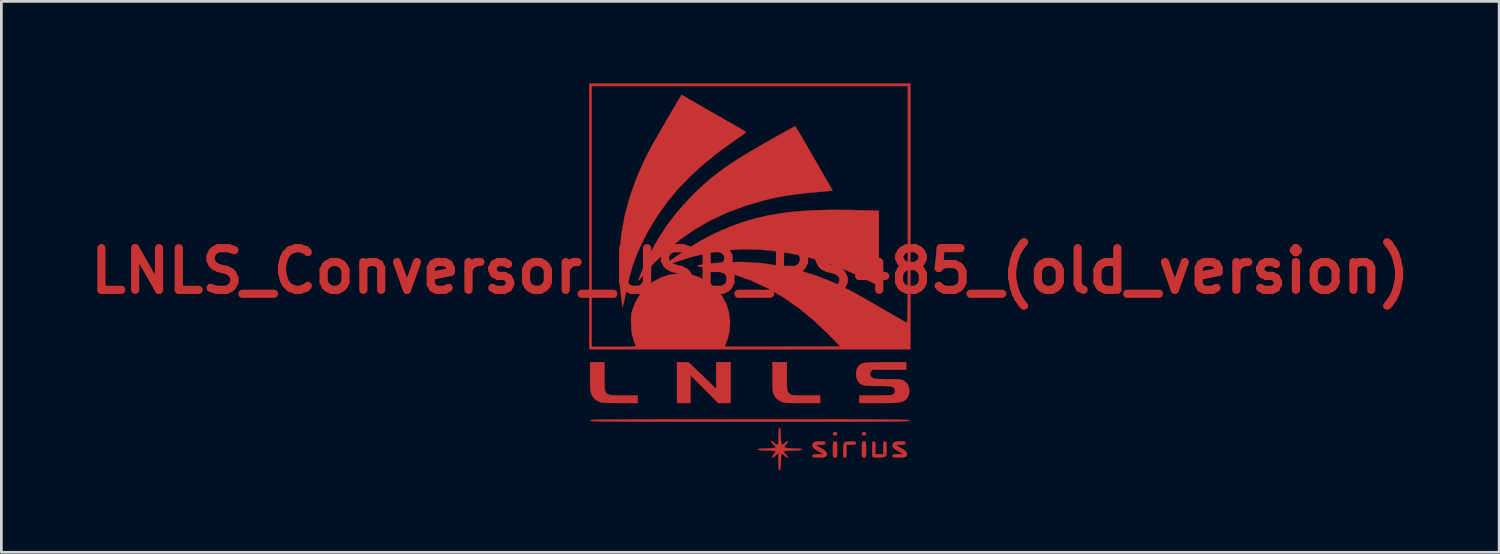
<source format=kicad_pcb>
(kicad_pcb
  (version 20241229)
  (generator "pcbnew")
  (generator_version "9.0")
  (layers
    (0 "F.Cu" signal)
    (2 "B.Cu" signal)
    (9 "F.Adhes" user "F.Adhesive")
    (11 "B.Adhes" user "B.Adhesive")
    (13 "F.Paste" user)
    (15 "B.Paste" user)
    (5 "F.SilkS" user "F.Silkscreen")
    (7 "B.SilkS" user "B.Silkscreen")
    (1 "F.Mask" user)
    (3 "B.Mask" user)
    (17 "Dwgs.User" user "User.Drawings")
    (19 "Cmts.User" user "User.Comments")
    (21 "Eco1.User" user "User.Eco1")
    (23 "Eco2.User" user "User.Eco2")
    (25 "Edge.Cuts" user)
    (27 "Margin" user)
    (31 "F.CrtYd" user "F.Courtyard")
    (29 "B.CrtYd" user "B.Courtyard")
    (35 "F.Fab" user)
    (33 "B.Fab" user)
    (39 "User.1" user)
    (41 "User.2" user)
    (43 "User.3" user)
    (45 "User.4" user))
  (footprint "LNLS_Conversor_USB_RS485_(old_version)"
    (layer "F.Cu")
    (at 24.391 6.861)
    (property "Reference" "LNLS_Conversor_USB_RS485_(old_version)" (at 0 0 0) (layer "F.Cu") (effects (font (size 1.524 1.524) (thickness 0.3))))
    (attr through_hole)
    (fp_poly (pts (xy 3.162 5.905) (xy 3.179 5.953) (xy 3.161 6.002) (xy 3.101 6.015) (xy 3.04 6) (xy 3.023 5.953) (xy 3.041 5.904) (xy 3.101 5.89) (xy 3.162 5.905)) (stroke (width 0.01) (type solid)) (fill yes) (layer "F.Cu"))
    (fp_poly (pts (xy 4.222 5.905) (xy 4.239 5.953) (xy 4.22 6.002) (xy 4.161 6.015) (xy 4.1 6) (xy 4.083 5.953) (xy 4.101 5.904) (xy 4.161 5.89) (xy 4.222 5.905)) (stroke (width 0.01) (type solid)) (fill yes) (layer "F.Cu"))
    (fp_poly (pts (xy -0.717 4.831) (xy -1.168 4.831) (xy -1.675 4.325) (xy -2.182 3.818) (xy -2.182 4.831) (xy -2.68 4.831) (xy -2.68 3.335) (xy -2.26 3.336) (xy -1.753 3.821) (xy -1.247 4.307) (xy -1.247 3.335) (xy -0.717 3.335) (xy -0.717 4.831)) (stroke (width 0.01) (type solid)) (fill yes) (layer "F.Cu"))
    (fp_poly (pts (xy 3.137 6.235) (xy 3.16 6.249) (xy 3.172 6.287) (xy 3.178 6.359) (xy 3.179 6.479) (xy 3.179 6.529) (xy 3.178 6.666) (xy 3.175 6.753) (xy 3.165 6.8) (xy 3.146 6.821) (xy 3.114 6.825) (xy 3.101 6.825) (xy 3.065 6.823) (xy 3.042 6.809) (xy 3.03 6.772) (xy 3.024 6.699) (xy 3.023 6.579) (xy 3.023 6.529) (xy 3.024 6.392) (xy 3.027 6.306) (xy 3.037 6.258) (xy 3.056 6.238) (xy 3.088 6.233) (xy 3.101 6.233) (xy 3.137 6.235)) (stroke (width 0.01) (type solid)) (fill yes) (layer "F.Cu"))
    (fp_poly (pts (xy 4.197 6.235) (xy 4.219 6.249) (xy 4.232 6.287) (xy 4.237 6.359) (xy 4.239 6.479) (xy 4.239 6.529) (xy 4.238 6.666) (xy 4.234 6.753) (xy 4.224 6.8) (xy 4.205 6.821) (xy 4.174 6.825) (xy 4.161 6.825) (xy 4.125 6.823) (xy 4.102 6.809) (xy 4.089 6.772) (xy 4.084 6.699) (xy 4.083 6.579) (xy 4.083 6.529) (xy 4.083 6.392) (xy 4.087 6.306) (xy 4.097 6.258) (xy 4.116 6.238) (xy 4.147 6.233) (xy 4.161 6.233) (xy 4.197 6.235)) (stroke (width 0.01) (type solid)) (fill yes) (layer "F.Cu"))
    (fp_poly (pts (xy 3.776 6.235) (xy 3.835 6.244) (xy 3.86 6.265) (xy 3.865 6.295) (xy 3.857 6.331) (xy 3.825 6.35) (xy 3.753 6.357) (xy 3.693 6.358) (xy 3.522 6.358) (xy 3.522 6.592) (xy 3.52 6.711) (xy 3.514 6.781) (xy 3.498 6.815) (xy 3.471 6.825) (xy 3.459 6.825) (xy 3.429 6.82) (xy 3.41 6.797) (xy 3.401 6.743) (xy 3.397 6.646) (xy 3.397 6.567) (xy 3.402 6.422) (xy 3.415 6.32) (xy 3.434 6.271) (xy 3.485 6.25) (xy 3.578 6.237) (xy 3.668 6.233) (xy 3.776 6.235)) (stroke (width 0.01) (type solid)) (fill yes) (layer "F.Cu"))
    (fp_poly (pts (xy -5.329 3.866) (xy -5.33 4.089) (xy -5.325 4.258) (xy -5.308 4.379) (xy -5.272 4.462) (xy -5.207 4.512) (xy -5.108 4.539) (xy -4.966 4.549) (xy -4.773 4.55) (xy -4.645 4.55) (xy -4.114 4.55) (xy -4.114 4.831) (xy -4.777 4.831) (xy -4.999 4.83) (xy -5.168 4.829) (xy -5.293 4.825) (xy -5.385 4.818) (xy -5.453 4.808) (xy -5.507 4.793) (xy -5.556 4.772) (xy -5.58 4.761) (xy -5.699 4.679) (xy -5.782 4.565) (xy -5.789 4.551) (xy -5.815 4.496) (xy -5.833 4.44) (xy -5.846 4.372) (xy -5.854 4.282) (xy -5.858 4.157) (xy -5.859 3.987) (xy -5.859 3.874) (xy -5.859 3.335) (xy -5.329 3.335) (xy -5.329 3.866)) (stroke (width 0.01) (type solid)) (fill yes) (layer "F.Cu"))
    (fp_poly (pts (xy 4.955 6.238) (xy 4.973 6.261) (xy 4.983 6.315) (xy 4.986 6.412) (xy 4.987 6.492) (xy 4.982 6.636) (xy 4.969 6.739) (xy 4.949 6.788) (xy 4.902 6.806) (xy 4.814 6.818) (xy 4.707 6.825) (xy 4.601 6.825) (xy 4.517 6.818) (xy 4.477 6.804) (xy 4.468 6.766) (xy 4.461 6.68) (xy 4.457 6.564) (xy 4.457 6.508) (xy 4.458 6.377) (xy 4.463 6.295) (xy 4.475 6.252) (xy 4.496 6.235) (xy 4.519 6.233) (xy 4.551 6.239) (xy 4.57 6.264) (xy 4.579 6.322) (xy 4.581 6.425) (xy 4.581 6.467) (xy 4.581 6.701) (xy 4.862 6.701) (xy 4.862 6.467) (xy 4.863 6.347) (xy 4.87 6.277) (xy 4.885 6.244) (xy 4.913 6.233) (xy 4.924 6.233) (xy 4.955 6.238)) (stroke (width 0.01) (type solid)) (fill yes) (layer "F.Cu"))
    (fp_poly (pts (xy 2.654 6.235) (xy 2.713 6.244) (xy 2.738 6.265) (xy 2.743 6.295) (xy 2.735 6.331) (xy 2.704 6.35) (xy 2.635 6.357) (xy 2.563 6.358) (xy 2.384 6.358) (xy 2.595 6.484) (xy 2.709 6.558) (xy 2.775 6.614) (xy 2.803 6.662) (xy 2.805 6.681) (xy 2.793 6.749) (xy 2.752 6.793) (xy 2.671 6.817) (xy 2.54 6.825) (xy 2.503 6.825) (xy 2.385 6.824) (xy 2.317 6.817) (xy 2.284 6.801) (xy 2.275 6.772) (xy 2.275 6.763) (xy 2.282 6.729) (xy 2.311 6.71) (xy 2.376 6.702) (xy 2.47 6.7) (xy 2.665 6.7) (xy 2.47 6.584) (xy 2.364 6.518) (xy 2.304 6.467) (xy 2.279 6.42) (xy 2.275 6.388) (xy 2.287 6.311) (xy 2.331 6.264) (xy 2.417 6.24) (xy 2.546 6.233) (xy 2.654 6.235)) (stroke (width 0.01) (type solid)) (fill yes) (layer "F.Cu"))
    (fp_poly (pts (xy 5.583 6.235) (xy 5.643 6.244) (xy 5.668 6.265) (xy 5.672 6.295) (xy 5.665 6.331) (xy 5.634 6.35) (xy 5.564 6.357) (xy 5.493 6.358) (xy 5.314 6.358) (xy 5.524 6.484) (xy 5.638 6.558) (xy 5.705 6.614) (xy 5.732 6.662) (xy 5.734 6.681) (xy 5.723 6.749) (xy 5.681 6.793) (xy 5.6 6.817) (xy 5.469 6.825) (xy 5.432 6.825) (xy 5.315 6.824) (xy 5.246 6.817) (xy 5.214 6.801) (xy 5.205 6.772) (xy 5.205 6.763) (xy 5.211 6.729) (xy 5.24 6.71) (xy 5.306 6.702) (xy 5.399 6.7) (xy 5.594 6.7) (xy 5.399 6.584) (xy 5.294 6.518) (xy 5.234 6.467) (xy 5.208 6.42) (xy 5.205 6.388) (xy 5.217 6.311) (xy 5.261 6.264) (xy 5.346 6.24) (xy 5.476 6.233) (xy 5.583 6.235)) (stroke (width 0.01) (type solid)) (fill yes) (layer "F.Cu"))
    (fp_poly (pts (xy 1.34 3.866) (xy 1.34 4.06) (xy 1.342 4.201) (xy 1.346 4.3) (xy 1.355 4.367) (xy 1.368 4.411) (xy 1.388 4.443) (xy 1.416 4.473) (xy 1.417 4.474) (xy 1.446 4.502) (xy 1.478 4.522) (xy 1.522 4.535) (xy 1.588 4.544) (xy 1.687 4.548) (xy 1.827 4.55) (xy 2.019 4.55) (xy 2.556 4.55) (xy 2.556 4.831) (xy 1.892 4.831) (xy 1.671 4.83) (xy 1.502 4.829) (xy 1.376 4.825) (xy 1.284 4.818) (xy 1.216 4.808) (xy 1.162 4.793) (xy 1.114 4.772) (xy 1.09 4.761) (xy 0.971 4.679) (xy 0.887 4.565) (xy 0.88 4.551) (xy 0.855 4.496) (xy 0.836 4.44) (xy 0.824 4.372) (xy 0.816 4.282) (xy 0.812 4.157) (xy 0.81 3.987) (xy 0.81 3.874) (xy 0.81 3.335) (xy 1.34 3.335) (xy 1.34 3.866)) (stroke (width 0.01) (type solid)) (fill yes) (layer "F.Cu"))
    (fp_poly (pts (xy 3.593 -2.232) (xy 3.759 -2.229) (xy 4.706 -2.206) (xy 4.706 -0.838) (xy 4.705 -0.553) (xy 4.704 -0.288) (xy 4.702 -0.05) (xy 4.699 0.156) (xy 4.695 0.322) (xy 4.691 0.443) (xy 4.686 0.513) (xy 4.683 0.527) (xy 4.647 0.513) (xy 4.568 0.476) (xy 4.456 0.421) (xy 4.324 0.356) (xy 4.316 0.352) (xy 3.639 0.033) (xy 2.979 -0.23) (xy 2.328 -0.441) (xy 1.679 -0.602) (xy 1.025 -0.714) (xy 0.364 -0.78) (xy -0.273 -0.795) (xy -0.898 -0.757) (xy -1.519 -0.664) (xy -2.145 -0.514) (xy -2.729 -0.327) (xy -2.859 -0.283) (xy -2.968 -0.249) (xy -3.043 -0.23) (xy -3.068 -0.228) (xy -3.065 -0.251) (xy -3.015 -0.301) (xy -2.926 -0.374) (xy -2.804 -0.465) (xy -2.656 -0.569) (xy -2.489 -0.682) (xy -2.311 -0.799) (xy -2.128 -0.916) (xy -1.946 -1.026) (xy -1.774 -1.127) (xy -1.617 -1.213) (xy -1.616 -1.214) (xy -1.167 -1.436) (xy -0.72 -1.628) (xy -0.268 -1.791) (xy 0.196 -1.926) (xy 0.678 -2.036) (xy 1.185 -2.12) (xy 1.723 -2.181) (xy 2.299 -2.219) (xy 2.92 -2.235) (xy 3.593 -2.232)) (stroke (width 0.01) (type solid)) (fill yes) (layer "F.Cu"))
    (fp_poly (pts (xy -2.416 -6.391) (xy -2.359 -6.357) (xy -2.256 -6.297) (xy -2.115 -6.216) (xy -1.944 -6.117) (xy -1.751 -6.006) (xy -1.544 -5.887) (xy -1.332 -5.765) (xy -1.122 -5.645) (xy -0.922 -5.531) (xy -0.741 -5.427) (xy -0.586 -5.339) (xy -0.491 -5.285) (xy -0.363 -5.211) (xy -0.258 -5.148) (xy -0.185 -5.101) (xy -0.156 -5.077) (xy -0.156 -5.076) (xy -0.18 -5.053) (xy -0.247 -5.001) (xy -0.346 -4.93) (xy -0.467 -4.845) (xy -0.491 -4.829) (xy -1.106 -4.389) (xy -1.662 -3.944) (xy -2.164 -3.492) (xy -2.615 -3.027) (xy -3.019 -2.546) (xy -3.379 -2.045) (xy -3.701 -1.519) (xy -3.863 -1.215) (xy -4.035 -0.862) (xy -4.178 -0.528) (xy -4.298 -0.195) (xy -4.402 0.155) (xy -4.494 0.538) (xy -4.55 0.809) (xy -4.594 1.023) (xy -4.627 1.177) (xy -4.652 1.274) (xy -4.668 1.315) (xy -4.675 1.302) (xy -4.676 1.291) (xy -4.681 1.249) (xy -4.692 1.161) (xy -4.709 1.04) (xy -4.723 0.951) (xy -4.74 0.808) (xy -4.757 0.622) (xy -4.772 0.414) (xy -4.784 0.203) (xy -4.788 0.109) (xy -4.783 -0.607) (xy -4.717 -1.321) (xy -4.588 -2.031) (xy -4.398 -2.736) (xy -4.147 -3.436) (xy -3.835 -4.13) (xy -3.595 -4.585) (xy -3.517 -4.723) (xy -3.414 -4.903) (xy -3.294 -5.11) (xy -3.165 -5.333) (xy -3.034 -5.558) (xy -2.943 -5.713) (xy -2.511 -6.448) (xy -2.416 -6.391)) (stroke (width 0.01) (type solid)) (fill yes) (layer "F.Cu"))
    (fp_poly (pts (xy 1.728 -5.165) (xy 1.768 -5.1) (xy 1.831 -4.993) (xy 1.914 -4.851) (xy 2.013 -4.681) (xy 2.123 -4.491) (xy 2.242 -4.286) (xy 2.364 -4.074) (xy 2.487 -3.862) (xy 2.605 -3.656) (xy 2.716 -3.463) (xy 2.814 -3.291) (xy 2.897 -3.145) (xy 2.96 -3.034) (xy 3 -2.963) (xy 3.012 -2.939) (xy 2.98 -2.935) (xy 2.897 -2.927) (xy 2.771 -2.915) (xy 2.612 -2.9) (xy 2.43 -2.884) (xy 1.969 -2.839) (xy 1.559 -2.789) (xy 1.186 -2.731) (xy 0.84 -2.664) (xy 0.517 -2.587) (xy -0.188 -2.38) (xy -0.846 -2.135) (xy -1.461 -1.848) (xy -2.036 -1.518) (xy -2.574 -1.143) (xy -3.079 -0.721) (xy -3.554 -0.25) (xy -3.818 0.047) (xy -3.925 0.174) (xy -3.999 0.26) (xy -4.045 0.312) (xy -4.071 0.337) (xy -4.081 0.34) (xy -4.083 0.33) (xy -4.083 0.319) (xy -4.07 0.272) (xy -4.036 0.181) (xy -3.985 0.056) (xy -3.922 -0.091) (xy -3.853 -0.248) (xy -3.782 -0.404) (xy -3.714 -0.546) (xy -3.668 -0.639) (xy -3.359 -1.193) (xy -3.024 -1.703) (xy -2.649 -2.184) (xy -2.244 -2.633) (xy -1.993 -2.888) (xy -1.745 -3.122) (xy -1.494 -3.342) (xy -1.233 -3.552) (xy -0.952 -3.759) (xy -0.645 -3.968) (xy -0.304 -4.186) (xy 0.079 -4.417) (xy 0.499 -4.66) (xy 0.675 -4.759) (xy 0.859 -4.864) (xy 1.043 -4.967) (xy 1.214 -5.062) (xy 1.363 -5.145) (xy 1.479 -5.209) (xy 1.551 -5.248) (xy 1.553 -5.249) (xy 1.647 -5.297) (xy 1.728 -5.165)) (stroke (width 0.01) (type solid)) (fill yes) (layer "F.Cu"))
    (fp_poly (pts (xy 5.703 3.615) (xy 4.458 3.615) (xy 4.408 3.691) (xy 4.38 3.78) (xy 4.41 3.861) (xy 4.492 3.922) (xy 4.507 3.928) (xy 4.565 3.939) (xy 4.672 3.948) (xy 4.815 3.954) (xy 4.981 3.958) (xy 5.059 3.958) (xy 5.245 3.959) (xy 5.38 3.962) (xy 5.476 3.97) (xy 5.544 3.982) (xy 5.596 4) (xy 5.635 4.021) (xy 5.741 4.119) (xy 5.805 4.25) (xy 5.825 4.396) (xy 5.796 4.541) (xy 5.757 4.616) (xy 5.712 4.679) (xy 5.664 4.728) (xy 5.606 4.766) (xy 5.53 4.793) (xy 5.428 4.811) (xy 5.292 4.822) (xy 5.114 4.828) (xy 4.886 4.83) (xy 4.729 4.831) (xy 3.989 4.831) (xy 3.989 4.55) (xy 4.592 4.55) (xy 4.802 4.55) (xy 4.959 4.548) (xy 5.071 4.544) (xy 5.148 4.536) (xy 5.197 4.525) (xy 5.229 4.51) (xy 5.247 4.493) (xy 5.293 4.406) (xy 5.283 4.319) (xy 5.229 4.256) (xy 5.189 4.237) (xy 5.128 4.223) (xy 5.036 4.214) (xy 4.903 4.209) (xy 4.719 4.207) (xy 4.666 4.207) (xy 4.45 4.205) (xy 4.285 4.198) (xy 4.164 4.182) (xy 4.075 4.156) (xy 4.01 4.117) (xy 3.959 4.061) (xy 3.926 4.011) (xy 3.877 3.879) (xy 3.867 3.729) (xy 3.898 3.586) (xy 3.923 3.535) (xy 3.963 3.477) (xy 4.008 3.431) (xy 4.065 3.396) (xy 4.143 3.371) (xy 4.249 3.354) (xy 4.39 3.343) (xy 4.575 3.337) (xy 4.81 3.335) (xy 4.952 3.335) (xy 5.703 3.335) (xy 5.703 3.615)) (stroke (width 0.01) (type solid)) (fill yes) (layer "F.Cu"))
    (fp_poly (pts (xy 0.699 5.423) (xy 1.354 5.423) (xy 1.952 5.423) (xy 2.495 5.424) (xy 2.986 5.424) (xy 3.427 5.425) (xy 3.821 5.426) (xy 4.171 5.427) (xy 4.479 5.428) (xy 4.747 5.43) (xy 4.978 5.432) (xy 5.176 5.434) (xy 5.341 5.437) (xy 5.477 5.439) (xy 5.587 5.443) (xy 5.673 5.446) (xy 5.737 5.45) (xy 5.782 5.455) (xy 5.81 5.46) (xy 5.825 5.465) (xy 5.828 5.47) (xy 5.823 5.475) (xy 5.806 5.481) (xy 5.775 5.485) (xy 5.727 5.49) (xy 5.659 5.494) (xy 5.569 5.497) (xy 5.455 5.5) (xy 5.314 5.503) (xy 5.143 5.506) (xy 4.94 5.508) (xy 4.702 5.51) (xy 4.426 5.511) (xy 4.111 5.512) (xy 3.754 5.514) (xy 3.351 5.514) (xy 2.901 5.515) (xy 2.401 5.516) (xy 1.849 5.516) (xy 1.241 5.516) (xy 0.575 5.516) (xy -0.016 5.516) (xy -0.73 5.516) (xy -1.385 5.516) (xy -1.983 5.516) (xy -2.526 5.516) (xy -3.017 5.515) (xy -3.458 5.514) (xy -3.852 5.513) (xy -4.202 5.512) (xy -4.51 5.511) (xy -4.778 5.509) (xy -5.01 5.507) (xy -5.207 5.505) (xy -5.372 5.503) (xy -5.509 5.5) (xy -5.618 5.497) (xy -5.704 5.493) (xy -5.768 5.489) (xy -5.813 5.484) (xy -5.841 5.48) (xy -5.856 5.474) (xy -5.859 5.47) (xy -5.854 5.464) (xy -5.837 5.459) (xy -5.806 5.454) (xy -5.758 5.449) (xy -5.69 5.446) (xy -5.6 5.442) (xy -5.486 5.439) (xy -5.345 5.436) (xy -5.174 5.434) (xy -4.971 5.431) (xy -4.733 5.43) (xy -4.457 5.428) (xy -4.142 5.427) (xy -3.785 5.426) (xy -3.382 5.425) (xy -2.932 5.424) (xy -2.432 5.424) (xy -1.88 5.423) (xy -1.272 5.423) (xy -0.607 5.423) (xy -0.016 5.423) (xy 0.699 5.423)) (stroke (width 0.01) (type solid)) (fill yes) (layer "F.Cu"))
    (fp_poly (pts (xy 1.088 5.747) (xy 1.103 5.83) (xy 1.113 5.972) (xy 1.115 6.038) (xy 1.122 6.198) (xy 1.135 6.3) (xy 1.157 6.35) (xy 1.192 6.353) (xy 1.243 6.315) (xy 1.277 6.281) (xy 1.333 6.234) (xy 1.375 6.221) (xy 1.378 6.222) (xy 1.378 6.253) (xy 1.342 6.308) (xy 1.327 6.324) (xy 1.272 6.387) (xy 1.252 6.43) (xy 1.272 6.459) (xy 1.338 6.476) (xy 1.456 6.485) (xy 1.582 6.489) (xy 1.75 6.497) (xy 1.858 6.509) (xy 1.904 6.524) (xy 1.89 6.539) (xy 1.815 6.553) (xy 1.682 6.564) (xy 1.558 6.569) (xy 1.421 6.575) (xy 1.309 6.583) (xy 1.237 6.593) (xy 1.215 6.602) (xy 1.236 6.637) (xy 1.287 6.695) (xy 1.308 6.715) (xy 1.361 6.777) (xy 1.384 6.824) (xy 1.382 6.833) (xy 1.352 6.831) (xy 1.295 6.793) (xy 1.264 6.765) (xy 1.2 6.711) (xy 1.154 6.688) (xy 1.143 6.69) (xy 1.134 6.729) (xy 1.126 6.814) (xy 1.122 6.931) (xy 1.122 6.984) (xy 1.118 7.143) (xy 1.104 7.241) (xy 1.082 7.283) (xy 1.048 7.271) (xy 1.04 7.233) (xy 1.033 7.148) (xy 1.029 7.029) (xy 1.028 6.954) (xy 1.028 6.657) (xy 0.923 6.76) (xy 0.847 6.819) (xy 0.803 6.831) (xy 0.798 6.799) (xy 0.838 6.73) (xy 0.857 6.707) (xy 0.907 6.643) (xy 0.934 6.601) (xy 0.935 6.596) (xy 0.906 6.588) (xy 0.827 6.58) (xy 0.712 6.573) (xy 0.6 6.569) (xy 0.453 6.563) (xy 0.342 6.552) (xy 0.278 6.539) (xy 0.265 6.529) (xy 0.294 6.515) (xy 0.376 6.502) (xy 0.501 6.493) (xy 0.6 6.489) (xy 0.736 6.484) (xy 0.845 6.476) (xy 0.916 6.467) (xy 0.935 6.46) (xy 0.915 6.426) (xy 0.867 6.368) (xy 0.851 6.352) (xy 0.785 6.273) (xy 0.76 6.223) (xy 0.772 6.207) (xy 0.82 6.233) (xy 0.874 6.281) (xy 0.934 6.338) (xy 0.976 6.364) (xy 1.004 6.355) (xy 1.02 6.302) (xy 1.029 6.202) (xy 1.035 6.046) (xy 1.036 6.015) (xy 1.044 5.857) (xy 1.057 5.759) (xy 1.073 5.723) (xy 1.088 5.747)) (stroke (width 0.01) (type solid)) (fill yes) (layer "F.Cu"))
    (fp_poly (pts (xy 5.859 2.867) (xy -5.89 2.867) (xy -5.89 -6.763) (xy -5.797 -6.763) (xy -5.797 2.774) (xy -4.983 2.774) (xy -4.737 2.774) (xy -4.546 2.773) (xy -4.405 2.77) (xy -4.305 2.766) (xy -4.24 2.76) (xy -4.204 2.752) (xy -4.19 2.74) (xy -4.19 2.724) (xy -4.192 2.719) (xy -4.261 2.544) (xy -4.306 2.4) (xy -4.334 2.262) (xy -4.35 2.106) (xy -4.356 1.972) (xy -4.361 1.801) (xy -4.357 1.671) (xy -4.344 1.562) (xy -4.318 1.454) (xy -4.303 1.404) (xy -4.179 1.094) (xy -4.006 0.818) (xy -3.791 0.58) (xy -3.54 0.384) (xy -3.259 0.235) (xy -2.954 0.137) (xy -2.63 0.095) (xy -2.568 0.094) (xy -2.317 0.106) (xy -2.096 0.147) (xy -1.88 0.223) (xy -1.761 0.278) (xy -1.47 0.454) (xy -1.224 0.671) (xy -1.024 0.924) (xy -0.875 1.207) (xy -0.779 1.514) (xy -0.739 1.841) (xy -0.753 2.142) (xy -0.779 2.292) (xy -0.817 2.448) (xy -0.858 2.569) (xy -0.895 2.666) (xy -0.918 2.737) (xy -0.923 2.765) (xy -0.891 2.766) (xy -0.802 2.767) (xy -0.661 2.768) (xy -0.473 2.769) (xy -0.242 2.769) (xy 0.025 2.769) (xy 0.323 2.769) (xy 0.648 2.768) (xy 0.995 2.767) (xy 1.187 2.766) (xy 3.288 2.758) (xy 2.883 2.342) (xy 2.343 1.824) (xy 1.789 1.367) (xy 1.221 0.97) (xy 0.636 0.631) (xy 0.034 0.351) (xy -0.585 0.129) (xy -1.225 -0.036) (xy -1.371 -0.065) (xy -1.545 -0.098) (xy -1.7 -0.129) (xy -1.824 -0.155) (xy -1.906 -0.173) (xy -1.932 -0.18) (xy -1.934 -0.194) (xy -1.881 -0.211) (xy -1.779 -0.23) (xy -1.636 -0.251) (xy -1.458 -0.272) (xy -1.254 -0.292) (xy -1.029 -0.31) (xy -0.989 -0.313) (xy -0.313 -0.332) (xy 0.372 -0.291) (xy 1.061 -0.192) (xy 1.747 -0.036) (xy 2.426 0.175) (xy 3.092 0.44) (xy 3.739 0.759) (xy 3.772 0.777) (xy 3.908 0.852) (xy 4.085 0.952) (xy 4.292 1.07) (xy 4.515 1.198) (xy 4.742 1.329) (xy 4.915 1.43) (xy 5.113 1.546) (xy 5.295 1.651) (xy 5.454 1.742) (xy 5.581 1.815) (xy 5.671 1.865) (xy 5.715 1.888) (xy 5.717 1.889) (xy 5.724 1.888) (xy 5.73 1.875) (xy 5.735 1.85) (xy 5.74 1.808) (xy 5.745 1.746) (xy 5.749 1.662) (xy 5.752 1.553) (xy 5.755 1.415) (xy 5.757 1.246) (xy 5.759 1.043) (xy 5.761 0.802) (xy 5.762 0.52) (xy 5.764 0.196) (xy 5.764 -0.175) (xy 5.765 -0.595) (xy 5.765 -1.067) (xy 5.766 -1.594) (xy 5.766 -2.18) (xy 5.766 -2.428) (xy 5.766 -6.763) (xy -5.797 -6.763) (xy -5.89 -6.763) (xy -5.89 -6.856) (xy 5.859 -6.856) (xy 5.859 2.867)) (stroke (width 0.01) (type solid)) (fill yes) (layer "F.Cu")))
  (gr_rect
    (start -3 -3)
    (end 51.783 17.15)
    (stroke (width 0.1) (type default))
    (fill no)
    (layer "Edge.Cuts")))
</source>
